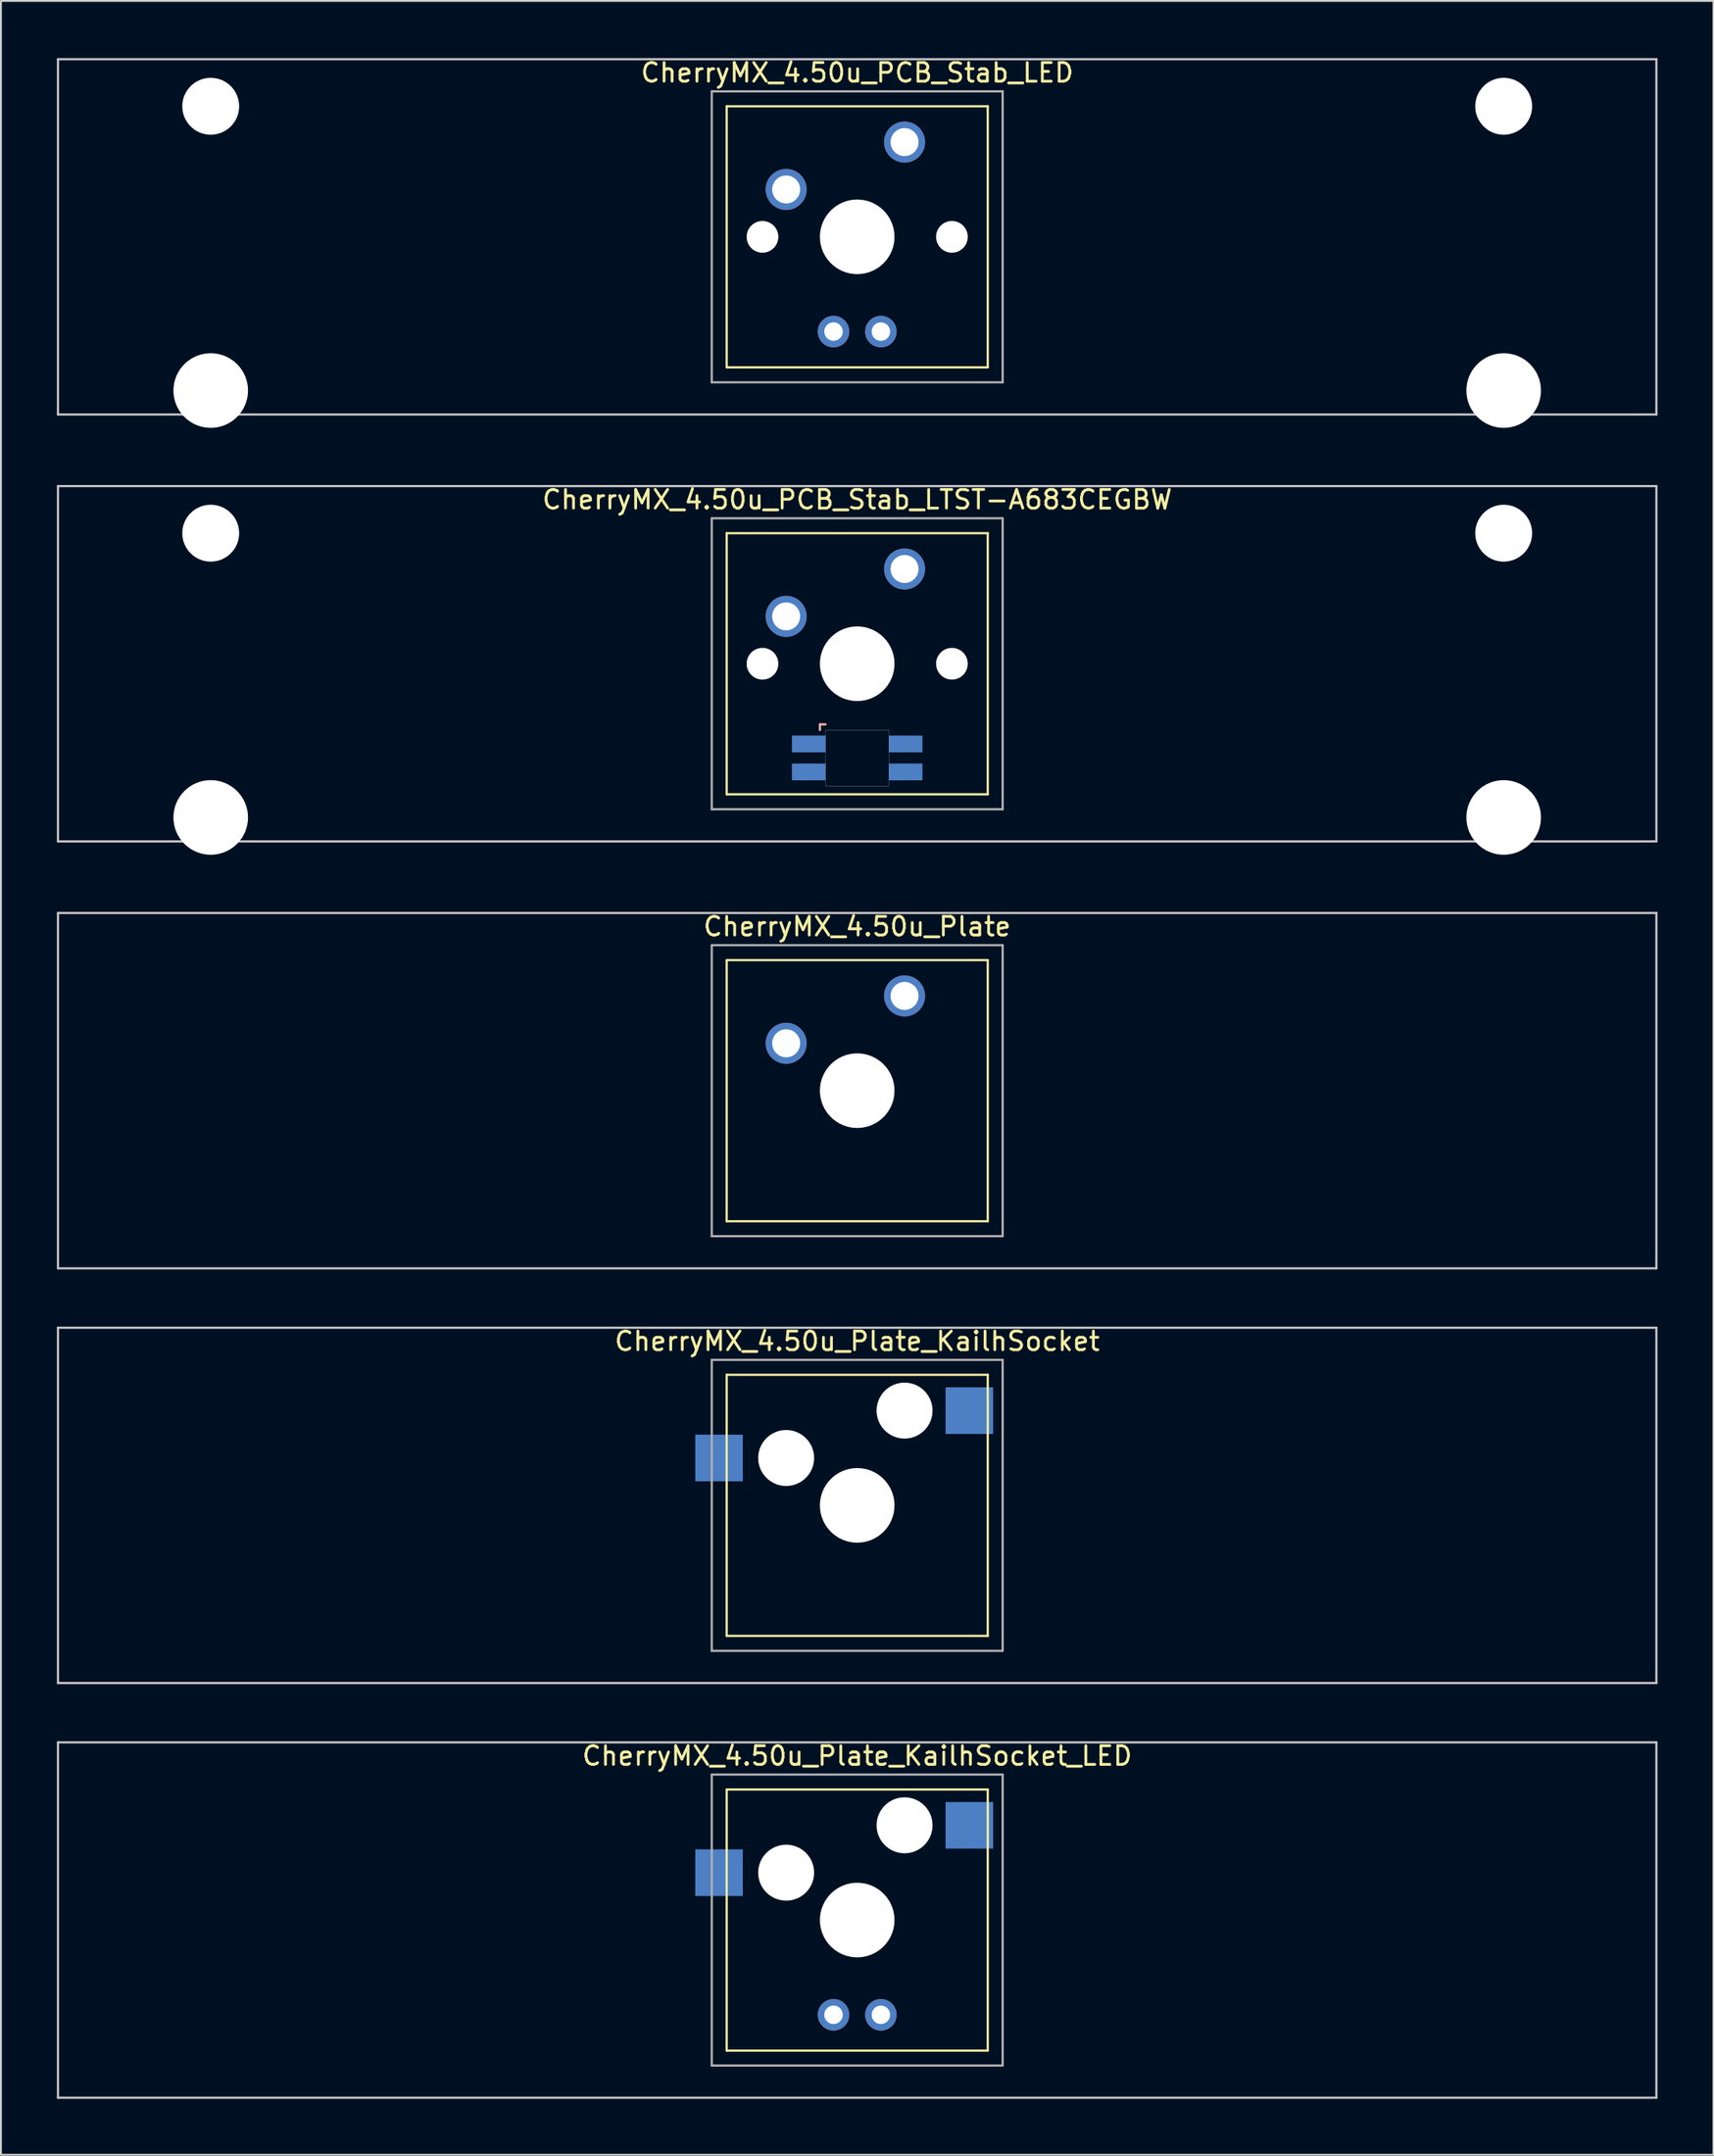
<source format=kicad_pcb>
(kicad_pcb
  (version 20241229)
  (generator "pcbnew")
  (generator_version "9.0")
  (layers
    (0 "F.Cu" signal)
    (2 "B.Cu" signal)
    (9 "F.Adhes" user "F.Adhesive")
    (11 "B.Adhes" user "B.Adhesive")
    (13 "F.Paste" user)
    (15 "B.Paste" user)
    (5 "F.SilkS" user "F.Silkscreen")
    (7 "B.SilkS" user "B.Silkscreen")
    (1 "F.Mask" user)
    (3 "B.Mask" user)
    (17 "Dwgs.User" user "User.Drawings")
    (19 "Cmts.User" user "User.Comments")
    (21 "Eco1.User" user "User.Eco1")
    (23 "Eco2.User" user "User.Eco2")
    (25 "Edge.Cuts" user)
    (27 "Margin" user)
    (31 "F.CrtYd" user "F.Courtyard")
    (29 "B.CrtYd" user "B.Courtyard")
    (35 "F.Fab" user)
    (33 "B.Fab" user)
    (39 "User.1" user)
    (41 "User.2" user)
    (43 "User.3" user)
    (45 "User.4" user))
  (footprint "CherryMX_4.50u_Plate_KailhSocket_LED"
    (layer "F.Cu")
    (at 42.922 99.891)
    (property "Reference" "CherryMX_4.50u_Plate_KailhSocket_LED" (at 0 -8.8 0) (layer "F.SilkS") (effects (font (size 1 1) (thickness 0.15))))
    (attr through_hole)
    (fp_line (start -7 -7) (end -7 7) (stroke (width 0.12) (type solid)) (layer "F.SilkS"))
    (fp_line (start -7 -7) (end 7 -7) (stroke (width 0.12) (type solid)) (layer "F.SilkS"))
    (fp_line (start 7 -7) (end 7 7) (stroke (width 0.12) (type solid)) (layer "F.SilkS"))
    (fp_line (start 7 7) (end -7 7) (stroke (width 0.12) (type solid)) (layer "F.SilkS"))
    (fp_line (start -42.862 -9.525) (end 42.862 -9.525) (stroke (width 0.12) (type solid)) (layer "Dwgs.User"))
    (fp_line (start -42.862 9.525) (end -42.862 -9.525) (stroke (width 0.12) (type solid)) (layer "Dwgs.User"))
    (fp_line (start 42.862 -9.525) (end 42.862 9.525) (stroke (width 0.12) (type solid)) (layer "Dwgs.User"))
    (fp_line (start 42.862 9.525) (end -42.862 9.525) (stroke (width 0.12) (type solid)) (layer "Dwgs.User"))
    (fp_line (start -7.8 -7.8) (end -7.8 7.8) (stroke (width 0.12) (type solid)) (layer "F.Fab"))
    (fp_line (start -7.8 -7.8) (end 7.8 -7.8) (stroke (width 0.12) (type solid)) (layer "F.Fab"))
    (fp_line (start -7.8 7.8) (end 7.8 7.8) (stroke (width 0.12) (type solid)) (layer "F.Fab"))
    (fp_line (start 7.8 -7.8) (end 7.8 7.8) (stroke (width 0.12) (type solid)) (layer "F.Fab"))
    (pad "" np_thru_hole circle (at -3.81 -2.54) (size 3 3) (drill 3) (layers "*.Cu" "*.Mask"))
    (pad "" np_thru_hole circle (at 0 0) (size 4 4) (drill 4) (layers "*.Cu" "*.Mask"))
    (pad "" np_thru_hole circle (at 2.54 -5.08) (size 3 3) (drill 3) (layers "*.Cu" "*.Mask"))
    (pad "1" smd rect (at -7.41 -2.54) (size 2.55 2.5) (layers "B.Cu" "B.Mask" "B.Paste"))
    (pad "2" smd rect (at 6.015 -5.08) (size 2.55 2.5) (layers "B.Cu" "B.Mask" "B.Paste"))
    (pad "3" thru_hole circle (at -1.27 5.08) (size 1.691 1.691) (drill 0.991) (layers "*.Cu" "*.Mask"))
    (pad "4" thru_hole circle (at 1.27 5.08) (size 1.691 1.691) (drill 0.991) (layers "*.Cu" "*.Mask")))
  (footprint "CherryMX_4.50u_PCB_Stab_LED"
    (layer "F.Cu")
    (at 42.922 9.648)
    (property "Reference" "CherryMX_4.50u_PCB_Stab_LED" (at 0 -8.8 0) (layer "F.SilkS") (effects (font (size 1 1) (thickness 0.15))))
    (attr through_hole)
    (fp_line (start -7 -7) (end -7 7) (stroke (width 0.12) (type solid)) (layer "F.SilkS"))
    (fp_line (start -7 -7) (end 7 -7) (stroke (width 0.12) (type solid)) (layer "F.SilkS"))
    (fp_line (start 7 -7) (end 7 7) (stroke (width 0.12) (type solid)) (layer "F.SilkS"))
    (fp_line (start 7 7) (end -7 7) (stroke (width 0.12) (type solid)) (layer "F.SilkS"))
    (fp_line (start -42.862 -9.525) (end 42.862 -9.525) (stroke (width 0.12) (type solid)) (layer "Dwgs.User"))
    (fp_line (start -42.862 9.525) (end -42.862 -9.525) (stroke (width 0.12) (type solid)) (layer "Dwgs.User"))
    (fp_line (start 42.862 -9.525) (end 42.862 9.525) (stroke (width 0.12) (type solid)) (layer "Dwgs.User"))
    (fp_line (start 42.862 9.525) (end -42.862 9.525) (stroke (width 0.12) (type solid)) (layer "Dwgs.User"))
    (fp_line (start -7.8 -7.8) (end -7.8 7.8) (stroke (width 0.12) (type solid)) (layer "F.Fab"))
    (fp_line (start -7.8 -7.8) (end 7.8 -7.8) (stroke (width 0.12) (type solid)) (layer "F.Fab"))
    (fp_line (start -7.8 7.8) (end 7.8 7.8) (stroke (width 0.12) (type solid)) (layer "F.Fab"))
    (fp_line (start 7.8 -7.8) (end 7.8 7.8) (stroke (width 0.12) (type solid)) (layer "F.Fab"))
    (pad "" np_thru_hole circle (at -34.671 -7) (size 3.05 3.05) (drill 3.05) (layers "*.Cu" "*.Mask"))
    (pad "" np_thru_hole circle (at -34.671 8.24) (size 4 4) (drill 4) (layers "*.Cu" "*.Mask"))
    (pad "" np_thru_hole circle (at -5.08 0) (size 1.7 1.7) (drill 1.7) (layers "*.Cu" "*.Mask"))
    (pad "" np_thru_hole circle (at 0 0) (size 4 4) (drill 4) (layers "*.Cu" "*.Mask"))
    (pad "" np_thru_hole circle (at 5.08 0) (size 1.7 1.7) (drill 1.7) (layers "*.Cu" "*.Mask"))
    (pad "" np_thru_hole circle (at 34.671 -7) (size 3.05 3.05) (drill 3.05) (layers "*.Cu" "*.Mask"))
    (pad "" np_thru_hole circle (at 34.671 8.24) (size 4 4) (drill 4) (layers "*.Cu" "*.Mask"))
    (pad "1" thru_hole circle (at -3.81 -2.54) (size 2.2 2.2) (drill 1.5) (layers "*.Cu" "*.Mask"))
    (pad "2" thru_hole circle (at 2.54 -5.08) (size 2.2 2.2) (drill 1.5) (layers "*.Cu" "*.Mask"))
    (pad "3" thru_hole circle (at -1.27 5.08) (size 1.691 1.691) (drill 0.991) (layers "*.Cu" "*.Mask"))
    (pad "4" thru_hole circle (at 1.27 5.08) (size 1.691 1.691) (drill 0.991) (layers "*.Cu" "*.Mask")))
  (footprint "CherryMX_4.50u_Plate_KailhSocket"
    (layer "F.Cu")
    (at 42.922 77.658)
    (property "Reference" "CherryMX_4.50u_Plate_KailhSocket" (at 0 -8.8 0) (layer "F.SilkS") (effects (font (size 1 1) (thickness 0.15))))
    (attr through_hole)
    (fp_line (start -7 -7) (end -7 7) (stroke (width 0.12) (type solid)) (layer "F.SilkS"))
    (fp_line (start -7 -7) (end 7 -7) (stroke (width 0.12) (type solid)) (layer "F.SilkS"))
    (fp_line (start 7 -7) (end 7 7) (stroke (width 0.12) (type solid)) (layer "F.SilkS"))
    (fp_line (start 7 7) (end -7 7) (stroke (width 0.12) (type solid)) (layer "F.SilkS"))
    (fp_line (start -42.862 -9.525) (end 42.862 -9.525) (stroke (width 0.12) (type solid)) (layer "Dwgs.User"))
    (fp_line (start -42.862 9.525) (end -42.862 -9.525) (stroke (width 0.12) (type solid)) (layer "Dwgs.User"))
    (fp_line (start 42.862 -9.525) (end 42.862 9.525) (stroke (width 0.12) (type solid)) (layer "Dwgs.User"))
    (fp_line (start 42.862 9.525) (end -42.862 9.525) (stroke (width 0.12) (type solid)) (layer "Dwgs.User"))
    (fp_line (start -7.8 -7.8) (end -7.8 7.8) (stroke (width 0.12) (type solid)) (layer "F.Fab"))
    (fp_line (start -7.8 -7.8) (end 7.8 -7.8) (stroke (width 0.12) (type solid)) (layer "F.Fab"))
    (fp_line (start -7.8 7.8) (end 7.8 7.8) (stroke (width 0.12) (type solid)) (layer "F.Fab"))
    (fp_line (start 7.8 -7.8) (end 7.8 7.8) (stroke (width 0.12) (type solid)) (layer "F.Fab"))
    (pad "" np_thru_hole circle (at -3.81 -2.54) (size 3 3) (drill 3) (layers "*.Cu" "*.Mask"))
    (pad "" np_thru_hole circle (at 0 0) (size 4 4) (drill 4) (layers "*.Cu" "*.Mask"))
    (pad "" np_thru_hole circle (at 2.54 -5.08) (size 3 3) (drill 3) (layers "*.Cu" "*.Mask"))
    (pad "1" smd rect (at -7.41 -2.54) (size 2.55 2.5) (layers "B.Cu" "B.Mask" "B.Paste"))
    (pad "2" smd rect (at 6.015 -5.08) (size 2.55 2.5) (layers "B.Cu" "B.Mask" "B.Paste")))
  (footprint "CherryMX_4.50u_Plate"
    (layer "F.Cu")
    (at 42.922 55.425)
    (property "Reference" "CherryMX_4.50u_Plate" (at 0 -8.8 0) (layer "F.SilkS") (effects (font (size 1 1) (thickness 0.15))))
    (attr through_hole)
    (fp_line (start -7 -7) (end -7 7) (stroke (width 0.12) (type solid)) (layer "F.SilkS"))
    (fp_line (start -7 -7) (end 7 -7) (stroke (width 0.12) (type solid)) (layer "F.SilkS"))
    (fp_line (start 7 -7) (end 7 7) (stroke (width 0.12) (type solid)) (layer "F.SilkS"))
    (fp_line (start 7 7) (end -7 7) (stroke (width 0.12) (type solid)) (layer "F.SilkS"))
    (fp_line (start -42.862 -9.525) (end 42.862 -9.525) (stroke (width 0.12) (type solid)) (layer "Dwgs.User"))
    (fp_line (start -42.862 9.525) (end -42.862 -9.525) (stroke (width 0.12) (type solid)) (layer "Dwgs.User"))
    (fp_line (start 42.862 -9.525) (end 42.862 9.525) (stroke (width 0.12) (type solid)) (layer "Dwgs.User"))
    (fp_line (start 42.862 9.525) (end -42.862 9.525) (stroke (width 0.12) (type solid)) (layer "Dwgs.User"))
    (fp_line (start -7.8 -7.8) (end -7.8 7.8) (stroke (width 0.12) (type solid)) (layer "F.Fab"))
    (fp_line (start -7.8 -7.8) (end 7.8 -7.8) (stroke (width 0.12) (type solid)) (layer "F.Fab"))
    (fp_line (start -7.8 7.8) (end 7.8 7.8) (stroke (width 0.12) (type solid)) (layer "F.Fab"))
    (fp_line (start 7.8 -7.8) (end 7.8 7.8) (stroke (width 0.12) (type solid)) (layer "F.Fab"))
    (pad "" np_thru_hole circle (at 0 0) (size 4 4) (drill 4) (layers "*.Cu" "*.Mask"))
    (pad "1" thru_hole circle (at -3.81 -2.54) (size 2.2 2.2) (drill 1.5) (layers "*.Cu" "*.Mask"))
    (pad "2" thru_hole circle (at 2.54 -5.08) (size 2.2 2.2) (drill 1.5) (layers "*.Cu" "*.Mask")))
  (footprint "CherryMX_4.50u_PCB_Stab_LTST-A683CEGBW"
    (layer "F.Cu")
    (at 42.922 32.536)
    (property "Reference" "CherryMX_4.50u_PCB_Stab_LTST-A683CEGBW" (at 0 -8.8 0) (layer "F.SilkS") (effects (font (size 1 1) (thickness 0.15))))
    (attr through_hole)
    (fp_line (start -7 -7) (end -7 7) (stroke (width 0.12) (type solid)) (layer "F.SilkS"))
    (fp_line (start -7 -7) (end 7 -7) (stroke (width 0.12) (type solid)) (layer "F.SilkS"))
    (fp_line (start 7 -7) (end 7 7) (stroke (width 0.12) (type solid)) (layer "F.SilkS"))
    (fp_line (start 7 7) (end -7 7) (stroke (width 0.12) (type solid)) (layer "F.SilkS"))
    (fp_line (start -2 3.25) (end -2 3.55) (stroke (width 0.12) (type solid)) (layer "B.SilkS"))
    (fp_line (start -1.7 3.25) (end -2 3.25) (stroke (width 0.12) (type solid)) (layer "B.SilkS"))
    (fp_line (start -42.862 -9.525) (end 42.862 -9.525) (stroke (width 0.12) (type solid)) (layer "Dwgs.User"))
    (fp_line (start -42.862 9.525) (end -42.862 -9.525) (stroke (width 0.12) (type solid)) (layer "Dwgs.User"))
    (fp_line (start 42.862 -9.525) (end 42.862 9.525) (stroke (width 0.12) (type solid)) (layer "Dwgs.User"))
    (fp_line (start 42.862 9.525) (end -42.862 9.525) (stroke (width 0.12) (type solid)) (layer "Dwgs.User"))
    (fp_poly (pts (xy 1.7 6.55) (xy -1.7 6.55) (xy -1.7 3.55) (xy 1.7 3.55)) (stroke (width 0.01) (type solid)) (fill no) (layer "Edge.Cuts"))
    (fp_line (start -7.8 -7.8) (end -7.8 7.8) (stroke (width 0.12) (type solid)) (layer "F.Fab"))
    (fp_line (start -7.8 -7.8) (end 7.8 -7.8) (stroke (width 0.12) (type solid)) (layer "F.Fab"))
    (fp_line (start -7.8 7.8) (end 7.8 7.8) (stroke (width 0.12) (type solid)) (layer "F.Fab"))
    (fp_line (start 7.8 -7.8) (end 7.8 7.8) (stroke (width 0.12) (type solid)) (layer "F.Fab"))
    (pad "" np_thru_hole circle (at -34.671 -7) (size 3.05 3.05) (drill 3.05) (layers "*.Cu" "*.Mask"))
    (pad "" np_thru_hole circle (at -34.671 8.24) (size 4 4) (drill 4) (layers "*.Cu" "*.Mask"))
    (pad "" np_thru_hole circle (at -5.08 0) (size 1.7 1.7) (drill 1.7) (layers "*.Cu" "*.Mask"))
    (pad "" np_thru_hole circle (at 0 0) (size 4 4) (drill 4) (layers "*.Cu" "*.Mask"))
    (pad "" np_thru_hole circle (at 5.08 0) (size 1.7 1.7) (drill 1.7) (layers "*.Cu" "*.Mask"))
    (pad "" np_thru_hole circle (at 34.671 -7) (size 3.05 3.05) (drill 3.05) (layers "*.Cu" "*.Mask"))
    (pad "" np_thru_hole circle (at 34.671 8.24) (size 4 4) (drill 4) (layers "*.Cu" "*.Mask"))
    (pad "1" thru_hole circle (at -3.81 -2.54) (size 2.2 2.2) (drill 1.5) (layers "*.Cu" "*.Mask"))
    (pad "2" thru_hole circle (at 2.54 -5.08) (size 2.2 2.2) (drill 1.5) (layers "*.Cu" "*.Mask"))
    (pad "3" smd rect (at -2.6 4.3) (size 1.8 0.9) (layers "B.Cu" "B.Mask" "B.Paste"))
    (pad "4" smd rect (at -2.6 5.8) (size 1.8 0.9) (layers "B.Cu" "B.Mask" "B.Paste"))
    (pad "5" smd rect (at 2.6 4.3) (size 1.8 0.9) (layers "B.Cu" "B.Mask" "B.Paste"))
    (pad "6" smd rect (at 2.6 5.8) (size 1.8 0.9) (layers "B.Cu" "B.Mask" "B.Paste")))
  (gr_rect
    (start -3 -3)
    (end 88.845 112.476)
    (stroke (width 0.1) (type default))
    (fill no)
    (layer "Edge.Cuts")))
</source>
